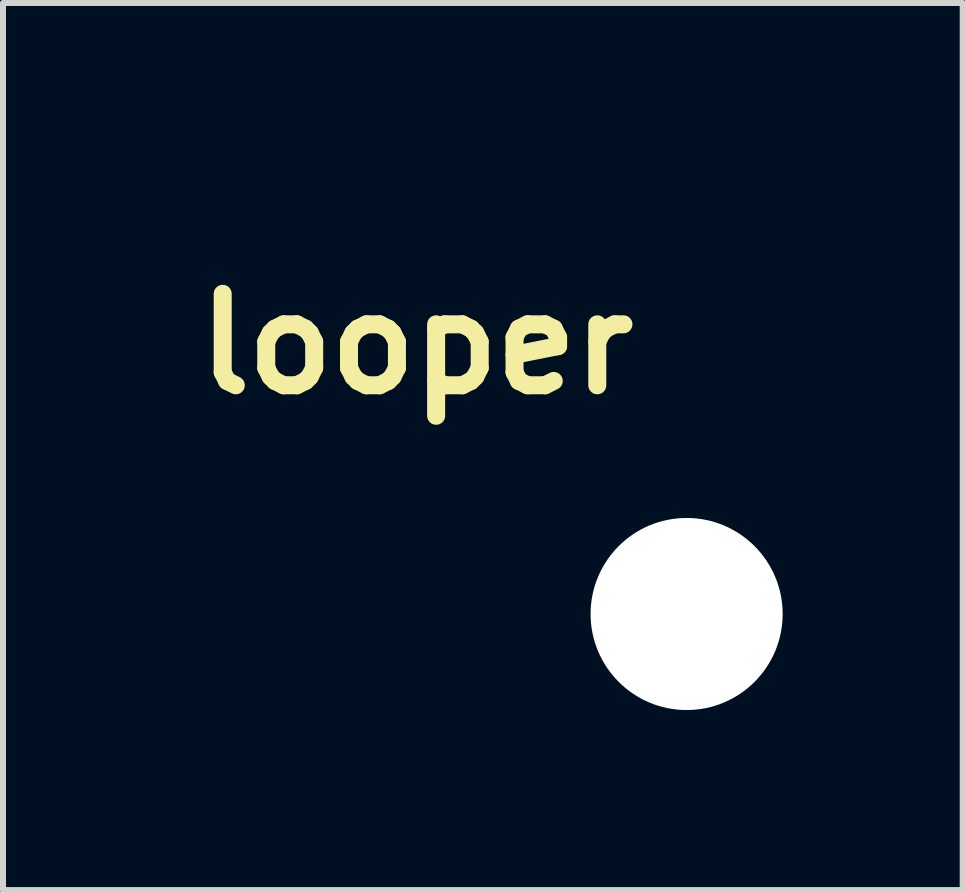
<source format=kicad_pcb>
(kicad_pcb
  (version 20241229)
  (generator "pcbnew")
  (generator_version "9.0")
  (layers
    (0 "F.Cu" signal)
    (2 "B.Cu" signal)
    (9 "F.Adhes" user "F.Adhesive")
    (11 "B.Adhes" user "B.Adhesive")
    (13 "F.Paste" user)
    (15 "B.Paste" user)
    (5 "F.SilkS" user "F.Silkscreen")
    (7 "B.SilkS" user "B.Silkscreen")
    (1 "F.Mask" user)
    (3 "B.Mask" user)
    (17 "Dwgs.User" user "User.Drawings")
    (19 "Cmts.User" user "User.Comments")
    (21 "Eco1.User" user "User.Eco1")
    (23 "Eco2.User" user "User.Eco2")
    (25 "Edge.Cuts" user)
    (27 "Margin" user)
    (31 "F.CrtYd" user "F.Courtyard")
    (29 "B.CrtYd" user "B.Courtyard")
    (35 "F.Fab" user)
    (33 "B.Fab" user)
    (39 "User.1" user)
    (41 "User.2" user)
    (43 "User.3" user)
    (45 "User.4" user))
  (footprint "looper"
    (layer "F.Cu")
    (at 8.39 7.18)
    (property "Reference" "looper" (at -4.5 -4.5 0) (layer "F.SilkS") (effects (font (size 1.524 1.524) (thickness 0.3))))
    (attr through_hole)
    (fp_poly (pts (xy -4.655 -7.174) (xy -4.555 -7.174) (xy -4.467 -7.174) (xy -4.391 -7.173) (xy -4.326 -7.173) (xy -4.272 -7.171) (xy -4.226 -7.17) (xy -4.188 -7.168) (xy -4.158 -7.166) (xy -4.133 -7.163) (xy -4.114 -7.159) (xy -4.099 -7.155) (xy -4.087 -7.151) (xy -4.077 -7.145) (xy -4.068 -7.139) (xy -4.059 -7.132) (xy -4.05 -7.124) (xy -4.05 -7.124) (xy -4.028 -7.101) (xy -4.007 -7.071) (xy -3.997 -7.054) (xy -3.975 -7.01) (xy -3.975 -4.483) (xy -2.841 -4.483) (xy -2.841 -5.052) (xy -2.841 -5.164) (xy -2.841 -5.26) (xy -2.841 -5.342) (xy -2.841 -5.411) (xy -2.84 -5.468) (xy -2.84 -5.514) (xy -2.839 -5.552) (xy -2.838 -5.581) (xy -2.836 -5.603) (xy -2.834 -5.62) (xy -2.832 -5.632) (xy -2.83 -5.642) (xy -2.827 -5.65) (xy -2.824 -5.656) (xy -2.807 -5.683) (xy -2.784 -5.712) (xy -2.77 -5.726) (xy -2.758 -5.737) (xy -2.747 -5.746) (xy -2.736 -5.755) (xy -2.723 -5.762) (xy -2.707 -5.767) (xy -2.688 -5.772) (xy -2.664 -5.776) (xy -2.633 -5.779) (xy -2.595 -5.782) (xy -2.548 -5.784) (xy -2.492 -5.785) (xy -2.424 -5.786) (xy -2.345 -5.786) (xy -2.252 -5.786) (xy -2.144 -5.787) (xy -2.021 -5.787) (xy -1.893 -5.787) (xy -1.785 -5.786) (xy -1.692 -5.786) (xy -1.612 -5.786) (xy -1.545 -5.785) (xy -1.489 -5.784) (xy -1.442 -5.782) (xy -1.404 -5.78) (xy -1.373 -5.777) (xy -1.349 -5.773) (xy -1.329 -5.768) (xy -1.314 -5.763) (xy -1.301 -5.756) (xy -1.29 -5.748) (xy -1.278 -5.739) (xy -1.267 -5.73) (xy -1.228 -5.686) (xy -1.203 -5.637) (xy -1.192 -5.584) (xy -1.195 -5.53) (xy -1.211 -5.478) (xy -1.24 -5.43) (xy -1.281 -5.39) (xy -1.313 -5.369) (xy -1.321 -5.365) (xy -1.328 -5.362) (xy -1.337 -5.359) (xy -1.35 -5.357) (xy -1.366 -5.355) (xy -1.389 -5.354) (xy -1.418 -5.352) (xy -1.455 -5.351) (xy -1.502 -5.351) (xy -1.56 -5.35) (xy -1.631 -5.349) (xy -1.714 -5.349) (xy -1.813 -5.349) (xy -1.878 -5.348) (xy -2.409 -5.346) (xy -2.41 -4.777) (xy -2.41 -4.661) (xy -2.41 -4.561) (xy -2.41 -4.475) (xy -2.41 -4.402) (xy -2.411 -4.342) (xy -2.413 -4.291) (xy -2.415 -4.251) (xy -2.418 -4.218) (xy -2.421 -4.192) (xy -2.426 -4.172) (xy -2.432 -4.156) (xy -2.439 -4.143) (xy -2.448 -4.132) (xy -2.458 -4.121) (xy -2.47 -4.11) (xy -2.477 -4.104) (xy -2.487 -4.094) (xy -2.495 -4.085) (xy -2.504 -4.078) (xy -2.514 -4.071) (xy -2.526 -4.065) (xy -2.541 -4.06) (xy -2.56 -4.056) (xy -2.584 -4.053) (xy -2.615 -4.05) (xy -2.652 -4.048) (xy -2.698 -4.046) (xy -2.753 -4.045) (xy -2.818 -4.044) (xy -2.895 -4.044) (xy -2.984 -4.043) (xy -3.086 -4.043) (xy -3.202 -4.043) (xy -3.334 -4.044) (xy -3.412 -4.044) (xy -3.551 -4.044) (xy -3.675 -4.044) (xy -3.783 -4.044) (xy -3.878 -4.045) (xy -3.96 -4.045) (xy -4.029 -4.046) (xy -4.087 -4.046) (xy -4.136 -4.047) (xy -4.175 -4.048) (xy -4.206 -4.05) (xy -4.23 -4.051) (xy -4.247 -4.053) (xy -4.259 -4.054) (xy -4.267 -4.056) (xy -4.268 -4.056) (xy -4.317 -4.083) (xy -4.359 -4.123) (xy -4.385 -4.163) (xy -4.407 -4.207) (xy -4.407 -6.734) (xy -5.668 -6.734) (xy -5.668 -6.135) (xy -5.668 -6.015) (xy -5.668 -5.911) (xy -5.668 -5.822) (xy -5.669 -5.746) (xy -5.67 -5.681) (xy -5.671 -5.628) (xy -5.673 -5.584) (xy -5.675 -5.549) (xy -5.678 -5.52) (xy -5.682 -5.498) (xy -5.687 -5.48) (xy -5.693 -5.466) (xy -5.7 -5.453) (xy -5.708 -5.442) (xy -5.718 -5.431) (xy -5.724 -5.423) (xy -5.749 -5.399) (xy -5.778 -5.377) (xy -5.79 -5.369) (xy -5.825 -5.351) (xy -7.561 -5.351) (xy -7.602 -5.376) (xy -7.65 -5.415) (xy -7.685 -5.46) (xy -7.706 -5.511) (xy -7.714 -5.563) (xy -7.708 -5.616) (xy -7.689 -5.666) (xy -7.657 -5.711) (xy -7.611 -5.749) (xy -7.597 -5.757) (xy -7.551 -5.782) (xy -6.83 -5.785) (xy -6.108 -5.787) (xy -6.108 -6.382) (xy -6.108 -6.502) (xy -6.108 -6.606) (xy -6.108 -6.696) (xy -6.107 -6.773) (xy -6.106 -6.838) (xy -6.105 -6.891) (xy -6.103 -6.936) (xy -6.101 -6.972) (xy -6.097 -7) (xy -6.093 -7.023) (xy -6.088 -7.041) (xy -6.082 -7.056) (xy -6.075 -7.069) (xy -6.067 -7.08) (xy -6.057 -7.092) (xy -6.052 -7.098) (xy -6.025 -7.124) (xy -5.992 -7.147) (xy -5.977 -7.154) (xy -5.935 -7.174) (xy -5.045 -7.174) (xy -4.9 -7.175) (xy -4.77 -7.175) (xy -4.655 -7.174)) (stroke (width 0.01) (type solid)) (fill yes) (layer "F.Mask"))
    (fp_poly (pts (xy -6.662 -4.603) (xy -6.64 -4.597) (xy -6.631 -4.594) (xy -6.622 -4.589) (xy -6.611 -4.583) (xy -6.597 -4.573) (xy -6.581 -4.56) (xy -6.561 -4.542) (xy -6.535 -4.519) (xy -6.504 -4.489) (xy -6.466 -4.453) (xy -6.421 -4.408) (xy -6.367 -4.355) (xy -6.304 -4.292) (xy -6.23 -4.219) (xy -6.157 -4.146) (xy -6.063 -4.052) (xy -5.981 -3.969) (xy -5.91 -3.897) (xy -5.849 -3.836) (xy -5.8 -3.784) (xy -5.76 -3.742) (xy -5.73 -3.71) (xy -5.71 -3.686) (xy -5.698 -3.67) (xy -5.696 -3.667) (xy -5.678 -3.62) (xy -5.671 -3.568) (xy -5.676 -3.516) (xy -5.691 -3.471) (xy -5.726 -3.421) (xy -5.771 -3.383) (xy -5.824 -3.358) (xy -5.882 -3.349) (xy -5.886 -3.349) (xy -5.908 -3.349) (xy -5.926 -3.35) (xy -5.944 -3.354) (xy -5.961 -3.361) (xy -5.981 -3.372) (xy -6.003 -3.388) (xy -6.03 -3.41) (xy -6.063 -3.44) (xy -6.103 -3.478) (xy -6.152 -3.526) (xy -6.211 -3.584) (xy -6.24 -3.613) (xy -6.293 -3.665) (xy -6.342 -3.714) (xy -6.387 -3.758) (xy -6.426 -3.795) (xy -6.456 -3.825) (xy -6.478 -3.845) (xy -6.49 -3.856) (xy -6.492 -3.857) (xy -6.493 -3.849) (xy -6.494 -3.825) (xy -6.495 -3.788) (xy -6.496 -3.738) (xy -6.496 -3.677) (xy -6.496 -3.607) (xy -6.496 -3.53) (xy -6.496 -3.446) (xy -6.495 -3.398) (xy -6.495 -3.297) (xy -6.494 -3.212) (xy -6.493 -3.141) (xy -6.492 -3.083) (xy -6.491 -3.035) (xy -6.49 -2.996) (xy -6.489 -2.965) (xy -6.487 -2.94) (xy -6.484 -2.92) (xy -6.482 -2.902) (xy -6.478 -2.886) (xy -6.474 -2.87) (xy -6.473 -2.867) (xy -6.436 -2.756) (xy -6.384 -2.653) (xy -6.319 -2.559) (xy -6.242 -2.475) (xy -6.153 -2.403) (xy -6.055 -2.344) (xy -5.948 -2.298) (xy -5.922 -2.289) (xy -5.858 -2.27) (xy -4.219 -2.268) (xy -4.019 -2.267) (xy -3.835 -2.267) (xy -3.667 -2.267) (xy -3.513 -2.267) (xy -3.374 -2.267) (xy -3.248 -2.267) (xy -3.135 -2.267) (xy -3.035 -2.267) (xy -2.945 -2.268) (xy -2.867 -2.268) (xy -2.798 -2.268) (xy -2.739 -2.269) (xy -2.689 -2.27) (xy -2.646 -2.27) (xy -2.611 -2.271) (xy -2.583 -2.272) (xy -2.56 -2.273) (xy -2.543 -2.275) (xy -2.53 -2.276) (xy -2.521 -2.277) (xy -2.419 -2.306) (xy -2.322 -2.35) (xy -2.232 -2.405) (xy -2.151 -2.472) (xy -2.081 -2.548) (xy -2.022 -2.632) (xy -1.978 -2.723) (xy -1.965 -2.756) (xy -1.946 -2.827) (xy -1.933 -2.898) (xy -1.928 -2.976) (xy -1.927 -3.015) (xy -1.925 -3.069) (xy -1.918 -3.111) (xy -1.905 -3.145) (xy -1.884 -3.175) (xy -1.857 -3.202) (xy -1.809 -3.236) (xy -1.756 -3.256) (xy -1.702 -3.26) (xy -1.649 -3.251) (xy -1.599 -3.229) (xy -1.556 -3.193) (xy -1.522 -3.146) (xy -1.515 -3.133) (xy -1.507 -3.114) (xy -1.502 -3.095) (xy -1.498 -3.073) (xy -1.496 -3.043) (xy -1.496 -3.002) (xy -1.495 -2.976) (xy -1.5 -2.857) (xy -1.515 -2.748) (xy -1.542 -2.644) (xy -1.581 -2.541) (xy -1.608 -2.481) (xy -1.654 -2.395) (xy -1.704 -2.319) (xy -1.762 -2.247) (xy -1.804 -2.199) (xy -1.903 -2.106) (xy -2.014 -2.025) (xy -2.135 -1.955) (xy -2.265 -1.898) (xy -2.402 -1.855) (xy -2.431 -1.848) (xy -2.44 -1.846) (xy -2.449 -1.844) (xy -2.459 -1.842) (xy -2.47 -1.84) (xy -2.484 -1.839) (xy -2.5 -1.838) (xy -2.521 -1.837) (xy -2.545 -1.835) (xy -2.575 -1.834) (xy -2.611 -1.834) (xy -2.653 -1.833) (xy -2.702 -1.832) (xy -2.76 -1.832) (xy -2.826 -1.831) (xy -2.902 -1.831) (xy -2.988 -1.83) (xy -3.085 -1.83) (xy -3.194 -1.83) (xy -3.315 -1.83) (xy -3.449 -1.83) (xy -3.597 -1.829) (xy -3.76 -1.829) (xy -3.938 -1.829) (xy -4.132 -1.829) (xy -4.166 -1.829) (xy -4.332 -1.829) (xy -4.495 -1.829) (xy -4.652 -1.829) (xy -4.803 -1.829) (xy -4.947 -1.829) (xy -5.084 -1.829) (xy -5.212 -1.829) (xy -5.331 -1.829) (xy -5.44 -1.829) (xy -5.538 -1.829) (xy -5.624 -1.83) (xy -5.697 -1.83) (xy -5.758 -1.83) (xy -5.803 -1.83) (xy -5.834 -1.831) (xy -5.849 -1.831) (xy -5.85 -1.831) (xy -5.897 -1.839) (xy -5.953 -1.85) (xy -6.012 -1.865) (xy -6.068 -1.88) (xy -6.115 -1.894) (xy -6.116 -1.895) (xy -6.241 -1.947) (xy -6.36 -2.015) (xy -6.471 -2.096) (xy -6.573 -2.189) (xy -6.665 -2.292) (xy -6.745 -2.404) (xy -6.812 -2.524) (xy -6.864 -2.65) (xy -6.874 -2.68) (xy -6.884 -2.712) (xy -6.892 -2.74) (xy -6.9 -2.766) (xy -6.906 -2.791) (xy -6.911 -2.817) (xy -6.915 -2.845) (xy -6.918 -2.877) (xy -6.92 -2.915) (xy -6.922 -2.96) (xy -6.924 -3.014) (xy -6.925 -3.078) (xy -6.926 -3.154) (xy -6.927 -3.244) (xy -6.928 -3.348) (xy -6.928 -3.372) (xy -6.933 -3.881) (xy -7.192 -3.635) (xy -7.26 -3.57) (xy -7.319 -3.515) (xy -7.367 -3.47) (xy -7.408 -3.434) (xy -7.442 -3.406) (xy -7.47 -3.385) (xy -7.494 -3.37) (xy -7.515 -3.36) (xy -7.535 -3.353) (xy -7.555 -3.35) (xy -7.576 -3.349) (xy -7.586 -3.349) (xy -7.644 -3.357) (xy -7.697 -3.38) (xy -7.741 -3.416) (xy -7.775 -3.464) (xy -7.79 -3.497) (xy -7.799 -3.545) (xy -7.797 -3.597) (xy -7.786 -3.646) (xy -7.774 -3.67) (xy -7.765 -3.682) (xy -7.744 -3.704) (xy -7.714 -3.735) (xy -7.674 -3.774) (xy -7.628 -3.82) (xy -7.574 -3.872) (xy -7.516 -3.928) (xy -7.453 -3.989) (xy -7.388 -4.051) (xy -7.321 -4.115) (xy -7.253 -4.18) (xy -7.186 -4.243) (xy -7.121 -4.305) (xy -7.058 -4.364) (xy -7 -4.418) (xy -6.948 -4.467) (xy -6.901 -4.509) (xy -6.863 -4.544) (xy -6.833 -4.57) (xy -6.814 -4.587) (xy -6.806 -4.592) (xy -6.763 -4.604) (xy -6.713 -4.608) (xy -6.662 -4.603)) (stroke (width 0.01) (type solid)) (fill yes) (layer "F.Mask"))
    (fp_poly (pts (xy -4.655 -7.174) (xy -4.555 -7.174) (xy -4.467 -7.174) (xy -4.391 -7.173) (xy -4.326 -7.173) (xy -4.272 -7.171) (xy -4.226 -7.17) (xy -4.188 -7.168) (xy -4.158 -7.166) (xy -4.133 -7.163) (xy -4.114 -7.159) (xy -4.099 -7.155) (xy -4.087 -7.151) (xy -4.077 -7.145) (xy -4.068 -7.139) (xy -4.059 -7.132) (xy -4.05 -7.124) (xy -4.05 -7.124) (xy -4.028 -7.101) (xy -4.007 -7.071) (xy -3.997 -7.054) (xy -3.975 -7.01) (xy -3.975 -4.483) (xy -2.841 -4.483) (xy -2.841 -5.052) (xy -2.841 -5.164) (xy -2.841 -5.26) (xy -2.841 -5.342) (xy -2.841 -5.411) (xy -2.84 -5.468) (xy -2.84 -5.514) (xy -2.839 -5.552) (xy -2.838 -5.581) (xy -2.836 -5.603) (xy -2.834 -5.62) (xy -2.832 -5.632) (xy -2.83 -5.642) (xy -2.827 -5.65) (xy -2.824 -5.656) (xy -2.807 -5.683) (xy -2.784 -5.712) (xy -2.77 -5.726) (xy -2.758 -5.737) (xy -2.747 -5.746) (xy -2.736 -5.755) (xy -2.723 -5.762) (xy -2.707 -5.767) (xy -2.688 -5.772) (xy -2.664 -5.776) (xy -2.633 -5.779) (xy -2.595 -5.782) (xy -2.548 -5.784) (xy -2.492 -5.785) (xy -2.424 -5.786) (xy -2.345 -5.786) (xy -2.252 -5.786) (xy -2.144 -5.787) (xy -2.021 -5.787) (xy -1.893 -5.787) (xy -1.785 -5.786) (xy -1.692 -5.786) (xy -1.612 -5.786) (xy -1.545 -5.785) (xy -1.489 -5.784) (xy -1.442 -5.782) (xy -1.404 -5.78) (xy -1.373 -5.777) (xy -1.349 -5.773) (xy -1.329 -5.768) (xy -1.314 -5.763) (xy -1.301 -5.756) (xy -1.29 -5.748) (xy -1.278 -5.739) (xy -1.267 -5.73) (xy -1.228 -5.686) (xy -1.203 -5.637) (xy -1.192 -5.584) (xy -1.195 -5.53) (xy -1.211 -5.478) (xy -1.24 -5.43) (xy -1.281 -5.39) (xy -1.313 -5.369) (xy -1.321 -5.365) (xy -1.328 -5.362) (xy -1.337 -5.359) (xy -1.35 -5.357) (xy -1.366 -5.355) (xy -1.389 -5.354) (xy -1.418 -5.352) (xy -1.455 -5.351) (xy -1.502 -5.351) (xy -1.56 -5.35) (xy -1.631 -5.349) (xy -1.714 -5.349) (xy -1.813 -5.349) (xy -1.878 -5.348) (xy -2.409 -5.346) (xy -2.41 -4.777) (xy -2.41 -4.661) (xy -2.41 -4.561) (xy -2.41 -4.475) (xy -2.41 -4.402) (xy -2.411 -4.342) (xy -2.413 -4.291) (xy -2.415 -4.251) (xy -2.418 -4.218) (xy -2.421 -4.192) (xy -2.426 -4.172) (xy -2.432 -4.156) (xy -2.439 -4.143) (xy -2.448 -4.132) (xy -2.458 -4.121) (xy -2.47 -4.11) (xy -2.477 -4.104) (xy -2.487 -4.094) (xy -2.495 -4.085) (xy -2.504 -4.078) (xy -2.514 -4.071) (xy -2.526 -4.065) (xy -2.541 -4.06) (xy -2.56 -4.056) (xy -2.584 -4.053) (xy -2.615 -4.05) (xy -2.652 -4.048) (xy -2.698 -4.046) (xy -2.753 -4.045) (xy -2.818 -4.044) (xy -2.895 -4.044) (xy -2.984 -4.043) (xy -3.086 -4.043) (xy -3.202 -4.043) (xy -3.334 -4.044) (xy -3.412 -4.044) (xy -3.551 -4.044) (xy -3.675 -4.044) (xy -3.783 -4.044) (xy -3.878 -4.045) (xy -3.96 -4.045) (xy -4.029 -4.046) (xy -4.087 -4.046) (xy -4.136 -4.047) (xy -4.175 -4.048) (xy -4.206 -4.05) (xy -4.23 -4.051) (xy -4.247 -4.053) (xy -4.259 -4.054) (xy -4.267 -4.056) (xy -4.268 -4.056) (xy -4.317 -4.083) (xy -4.359 -4.123) (xy -4.385 -4.163) (xy -4.407 -4.207) (xy -4.407 -6.734) (xy -5.668 -6.734) (xy -5.668 -6.135) (xy -5.668 -6.015) (xy -5.668 -5.911) (xy -5.668 -5.822) (xy -5.669 -5.746) (xy -5.67 -5.681) (xy -5.671 -5.628) (xy -5.673 -5.584) (xy -5.675 -5.549) (xy -5.678 -5.52) (xy -5.682 -5.498) (xy -5.687 -5.48) (xy -5.693 -5.466) (xy -5.7 -5.453) (xy -5.708 -5.442) (xy -5.718 -5.431) (xy -5.724 -5.423) (xy -5.749 -5.399) (xy -5.778 -5.377) (xy -5.79 -5.369) (xy -5.825 -5.351) (xy -7.561 -5.351) (xy -7.602 -5.376) (xy -7.65 -5.415) (xy -7.685 -5.46) (xy -7.706 -5.511) (xy -7.714 -5.563) (xy -7.708 -5.616) (xy -7.689 -5.666) (xy -7.657 -5.711) (xy -7.611 -5.749) (xy -7.597 -5.757) (xy -7.551 -5.782) (xy -6.83 -5.785) (xy -6.108 -5.787) (xy -6.108 -6.382) (xy -6.108 -6.502) (xy -6.108 -6.606) (xy -6.108 -6.696) (xy -6.107 -6.773) (xy -6.106 -6.838) (xy -6.105 -6.891) (xy -6.103 -6.936) (xy -6.101 -6.972) (xy -6.097 -7) (xy -6.093 -7.023) (xy -6.088 -7.041) (xy -6.082 -7.056) (xy -6.075 -7.069) (xy -6.067 -7.08) (xy -6.057 -7.092) (xy -6.052 -7.098) (xy -6.025 -7.124) (xy -5.992 -7.147) (xy -5.977 -7.154) (xy -5.935 -7.174) (xy -5.045 -7.174) (xy -4.9 -7.175) (xy -4.77 -7.175) (xy -4.655 -7.174)) (stroke (width 0.01) (type solid)) (fill yes) (layer "B.Mask"))
    (fp_poly (pts (xy -6.662 -4.603) (xy -6.64 -4.597) (xy -6.631 -4.594) (xy -6.622 -4.589) (xy -6.611 -4.583) (xy -6.597 -4.573) (xy -6.581 -4.56) (xy -6.561 -4.542) (xy -6.535 -4.519) (xy -6.504 -4.489) (xy -6.466 -4.453) (xy -6.421 -4.408) (xy -6.367 -4.355) (xy -6.304 -4.292) (xy -6.23 -4.219) (xy -6.157 -4.146) (xy -6.063 -4.052) (xy -5.981 -3.969) (xy -5.91 -3.897) (xy -5.849 -3.836) (xy -5.8 -3.784) (xy -5.76 -3.742) (xy -5.73 -3.71) (xy -5.71 -3.686) (xy -5.698 -3.67) (xy -5.696 -3.667) (xy -5.678 -3.62) (xy -5.671 -3.568) (xy -5.676 -3.516) (xy -5.691 -3.471) (xy -5.726 -3.421) (xy -5.771 -3.383) (xy -5.824 -3.358) (xy -5.882 -3.349) (xy -5.886 -3.349) (xy -5.908 -3.349) (xy -5.926 -3.35) (xy -5.944 -3.354) (xy -5.961 -3.361) (xy -5.981 -3.372) (xy -6.003 -3.388) (xy -6.03 -3.41) (xy -6.063 -3.44) (xy -6.103 -3.478) (xy -6.152 -3.526) (xy -6.211 -3.584) (xy -6.24 -3.613) (xy -6.293 -3.665) (xy -6.342 -3.714) (xy -6.387 -3.758) (xy -6.426 -3.795) (xy -6.456 -3.825) (xy -6.478 -3.845) (xy -6.49 -3.856) (xy -6.492 -3.857) (xy -6.493 -3.849) (xy -6.494 -3.825) (xy -6.495 -3.788) (xy -6.496 -3.738) (xy -6.496 -3.677) (xy -6.496 -3.607) (xy -6.496 -3.53) (xy -6.496 -3.446) (xy -6.495 -3.398) (xy -6.495 -3.297) (xy -6.494 -3.212) (xy -6.493 -3.141) (xy -6.492 -3.083) (xy -6.491 -3.035) (xy -6.49 -2.996) (xy -6.489 -2.965) (xy -6.487 -2.94) (xy -6.484 -2.92) (xy -6.482 -2.902) (xy -6.478 -2.886) (xy -6.474 -2.87) (xy -6.473 -2.867) (xy -6.436 -2.756) (xy -6.384 -2.653) (xy -6.319 -2.559) (xy -6.242 -2.475) (xy -6.153 -2.403) (xy -6.055 -2.344) (xy -5.948 -2.298) (xy -5.922 -2.289) (xy -5.858 -2.27) (xy -4.219 -2.268) (xy -4.019 -2.267) (xy -3.835 -2.267) (xy -3.667 -2.267) (xy -3.513 -2.267) (xy -3.374 -2.267) (xy -3.248 -2.267) (xy -3.135 -2.267) (xy -3.035 -2.267) (xy -2.945 -2.268) (xy -2.867 -2.268) (xy -2.798 -2.268) (xy -2.739 -2.269) (xy -2.689 -2.27) (xy -2.646 -2.27) (xy -2.611 -2.271) (xy -2.583 -2.272) (xy -2.56 -2.273) (xy -2.543 -2.275) (xy -2.53 -2.276) (xy -2.521 -2.277) (xy -2.419 -2.306) (xy -2.322 -2.35) (xy -2.232 -2.405) (xy -2.151 -2.472) (xy -2.081 -2.548) (xy -2.022 -2.632) (xy -1.978 -2.723) (xy -1.965 -2.756) (xy -1.946 -2.827) (xy -1.933 -2.898) (xy -1.928 -2.976) (xy -1.927 -3.015) (xy -1.925 -3.069) (xy -1.918 -3.111) (xy -1.905 -3.145) (xy -1.884 -3.175) (xy -1.857 -3.202) (xy -1.809 -3.236) (xy -1.756 -3.256) (xy -1.702 -3.26) (xy -1.649 -3.251) (xy -1.599 -3.229) (xy -1.556 -3.193) (xy -1.522 -3.146) (xy -1.515 -3.133) (xy -1.507 -3.114) (xy -1.502 -3.095) (xy -1.498 -3.073) (xy -1.496 -3.043) (xy -1.496 -3.002) (xy -1.495 -2.976) (xy -1.5 -2.857) (xy -1.515 -2.748) (xy -1.542 -2.644) (xy -1.581 -2.541) (xy -1.608 -2.481) (xy -1.654 -2.395) (xy -1.704 -2.319) (xy -1.762 -2.247) (xy -1.804 -2.199) (xy -1.903 -2.106) (xy -2.014 -2.025) (xy -2.135 -1.955) (xy -2.265 -1.898) (xy -2.402 -1.855) (xy -2.431 -1.848) (xy -2.44 -1.846) (xy -2.449 -1.844) (xy -2.459 -1.842) (xy -2.47 -1.84) (xy -2.484 -1.839) (xy -2.5 -1.838) (xy -2.521 -1.837) (xy -2.545 -1.835) (xy -2.575 -1.834) (xy -2.611 -1.834) (xy -2.653 -1.833) (xy -2.702 -1.832) (xy -2.76 -1.832) (xy -2.826 -1.831) (xy -2.902 -1.831) (xy -2.988 -1.83) (xy -3.085 -1.83) (xy -3.194 -1.83) (xy -3.315 -1.83) (xy -3.449 -1.83) (xy -3.597 -1.829) (xy -3.76 -1.829) (xy -3.938 -1.829) (xy -4.132 -1.829) (xy -4.166 -1.829) (xy -4.332 -1.829) (xy -4.495 -1.829) (xy -4.652 -1.829) (xy -4.803 -1.829) (xy -4.947 -1.829) (xy -5.084 -1.829) (xy -5.212 -1.829) (xy -5.331 -1.829) (xy -5.44 -1.829) (xy -5.538 -1.829) (xy -5.624 -1.83) (xy -5.697 -1.83) (xy -5.758 -1.83) (xy -5.803 -1.83) (xy -5.834 -1.831) (xy -5.849 -1.831) (xy -5.85 -1.831) (xy -5.897 -1.839) (xy -5.953 -1.85) (xy -6.012 -1.865) (xy -6.068 -1.88) (xy -6.115 -1.894) (xy -6.116 -1.895) (xy -6.241 -1.947) (xy -6.36 -2.015) (xy -6.471 -2.096) (xy -6.573 -2.189) (xy -6.665 -2.292) (xy -6.745 -2.404) (xy -6.812 -2.524) (xy -6.864 -2.65) (xy -6.874 -2.68) (xy -6.884 -2.712) (xy -6.892 -2.74) (xy -6.9 -2.766) (xy -6.906 -2.791) (xy -6.911 -2.817) (xy -6.915 -2.845) (xy -6.918 -2.877) (xy -6.92 -2.915) (xy -6.922 -2.96) (xy -6.924 -3.014) (xy -6.925 -3.078) (xy -6.926 -3.154) (xy -6.927 -3.244) (xy -6.928 -3.348) (xy -6.928 -3.372) (xy -6.933 -3.881) (xy -7.192 -3.635) (xy -7.26 -3.57) (xy -7.319 -3.515) (xy -7.367 -3.47) (xy -7.408 -3.434) (xy -7.442 -3.406) (xy -7.47 -3.385) (xy -7.494 -3.37) (xy -7.515 -3.36) (xy -7.535 -3.353) (xy -7.555 -3.35) (xy -7.576 -3.349) (xy -7.586 -3.349) (xy -7.644 -3.357) (xy -7.697 -3.38) (xy -7.741 -3.416) (xy -7.775 -3.464) (xy -7.79 -3.497) (xy -7.799 -3.545) (xy -7.797 -3.597) (xy -7.786 -3.646) (xy -7.774 -3.67) (xy -7.765 -3.682) (xy -7.744 -3.704) (xy -7.714 -3.735) (xy -7.674 -3.774) (xy -7.628 -3.82) (xy -7.574 -3.872) (xy -7.516 -3.928) (xy -7.453 -3.989) (xy -7.388 -4.051) (xy -7.321 -4.115) (xy -7.253 -4.18) (xy -7.186 -4.243) (xy -7.121 -4.305) (xy -7.058 -4.364) (xy -7 -4.418) (xy -6.948 -4.467) (xy -6.901 -4.509) (xy -6.863 -4.544) (xy -6.833 -4.57) (xy -6.814 -4.587) (xy -6.806 -4.592) (xy -6.763 -4.604) (xy -6.713 -4.608) (xy -6.662 -4.603)) (stroke (width 0.01) (type solid)) (fill yes) (layer "B.Mask"))
    (pad "" np_thru_hole circle (at 0 0) (size 3.2 3.2) (drill 3.2) (layers "*.Cu" "*.Mask")))
  (gr_rect
    (start -3 -3)
    (end 12.99 11.78)
    (stroke (width 0.1) (type default))
    (fill no)
    (layer "Edge.Cuts")))
</source>
